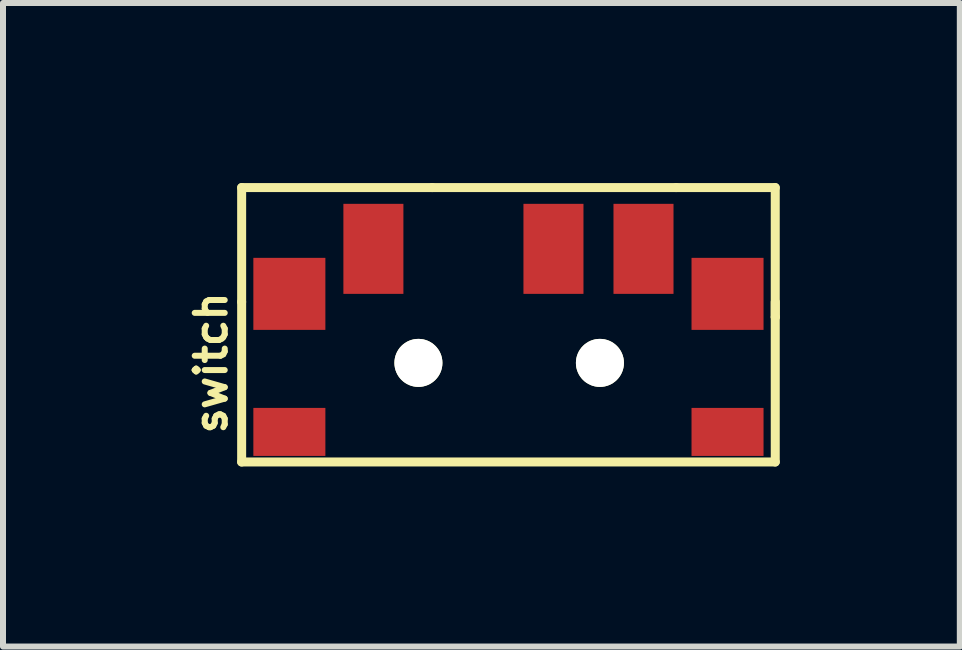
<source format=kicad_pcb>
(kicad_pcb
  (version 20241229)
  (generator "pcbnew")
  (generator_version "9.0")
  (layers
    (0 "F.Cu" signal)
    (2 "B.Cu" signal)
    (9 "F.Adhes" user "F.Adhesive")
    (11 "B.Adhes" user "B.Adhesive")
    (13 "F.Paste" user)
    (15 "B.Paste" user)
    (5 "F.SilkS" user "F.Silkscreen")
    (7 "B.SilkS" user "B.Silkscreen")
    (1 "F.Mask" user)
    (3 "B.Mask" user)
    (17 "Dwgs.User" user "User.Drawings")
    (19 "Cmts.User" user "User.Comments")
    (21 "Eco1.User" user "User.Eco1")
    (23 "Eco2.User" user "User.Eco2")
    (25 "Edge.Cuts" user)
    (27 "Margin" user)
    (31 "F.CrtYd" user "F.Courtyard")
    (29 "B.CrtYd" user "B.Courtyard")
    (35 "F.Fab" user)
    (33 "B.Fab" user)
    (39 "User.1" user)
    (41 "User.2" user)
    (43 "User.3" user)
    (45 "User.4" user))
  (footprint "switch"
    (layer "F.Cu")
    (at 5.421 2.996)
    (property "Reference" "switch" (at -4.953 0 90) (layer "F.SilkS") (effects (font (size 0.5 0.5) (thickness 0.1))))
    (attr through_hole)
    (fp_line (start -4.445 -2.921) (end -1.27 -2.921) (stroke (width 0.15) (type solid)) (layer "F.SilkS"))
    (fp_line (start -4.445 -1.016) (end -4.445 -2.921) (stroke (width 0.15) (type solid)) (layer "F.SilkS"))
    (fp_line (start -4.445 -1.016) (end -4.445 1.651) (stroke (width 0.15) (type solid)) (layer "F.SilkS"))
    (fp_line (start -1.27 -2.921) (end 2.794 -2.921) (stroke (width 0.15) (type solid)) (layer "F.SilkS"))
    (fp_line (start 2.794 -2.921) (end 4.445 -2.921) (stroke (width 0.15) (type solid)) (layer "F.SilkS"))
    (fp_line (start 4.445 -2.921) (end 4.445 -0.762) (stroke (width 0.15) (type solid)) (layer "F.SilkS"))
    (fp_line (start 4.445 -0.762) (end 4.445 -1.016) (stroke (width 0.15) (type solid)) (layer "F.SilkS"))
    (fp_line (start 4.445 1.651) (end -4.445 1.651) (stroke (width 0.15) (type solid)) (layer "F.SilkS"))
    (fp_line (start 4.445 1.651) (end 4.445 -0.762) (stroke (width 0.15) (type solid)) (layer "F.SilkS"))
    (pad "" smd rect (at -3.65 -1.15) (size 1.2 1.2) (layers "F.Cu" "F.Mask" "F.Paste"))
    (pad "" smd rect (at -3.65 1.15) (size 1.2 0.8) (layers "F.Cu" "F.Mask" "F.Paste"))
    (pad "" np_thru_hole circle (at -1.5 0) (size 0.8 0.8) (drill 0.8) (layers "*.Cu" "*.Mask" "F.SilkS"))
    (pad "" np_thru_hole circle (at 1.524 0) (size 0.8 0.8) (drill 0.8) (layers "*.Cu" "*.Mask" "F.SilkS"))
    (pad "" smd rect (at 3.65 -1.15) (size 1.2 1.2) (layers "F.Cu" "F.Mask" "F.Paste"))
    (pad "" smd rect (at 3.65 1.15) (size 1.2 0.8) (layers "F.Cu" "F.Mask" "F.Paste"))
    (pad "1" smd rect (at -2.25 -1.9) (size 1 1.5) (layers "F.Cu" "F.Mask" "F.Paste"))
    (pad "2" smd rect (at 0.75 -1.9) (size 1 1.5) (layers "F.Cu" "F.Mask" "F.Paste"))
    (pad "3" smd rect (at 2.25 -1.9) (size 1 1.5) (layers "F.Cu" "F.Mask" "F.Paste")))
  (gr_rect
    (start -3 -3)
    (end 12.941 7.722)
    (stroke (width 0.1) (type default))
    (fill no)
    (layer "Edge.Cuts")))
</source>
